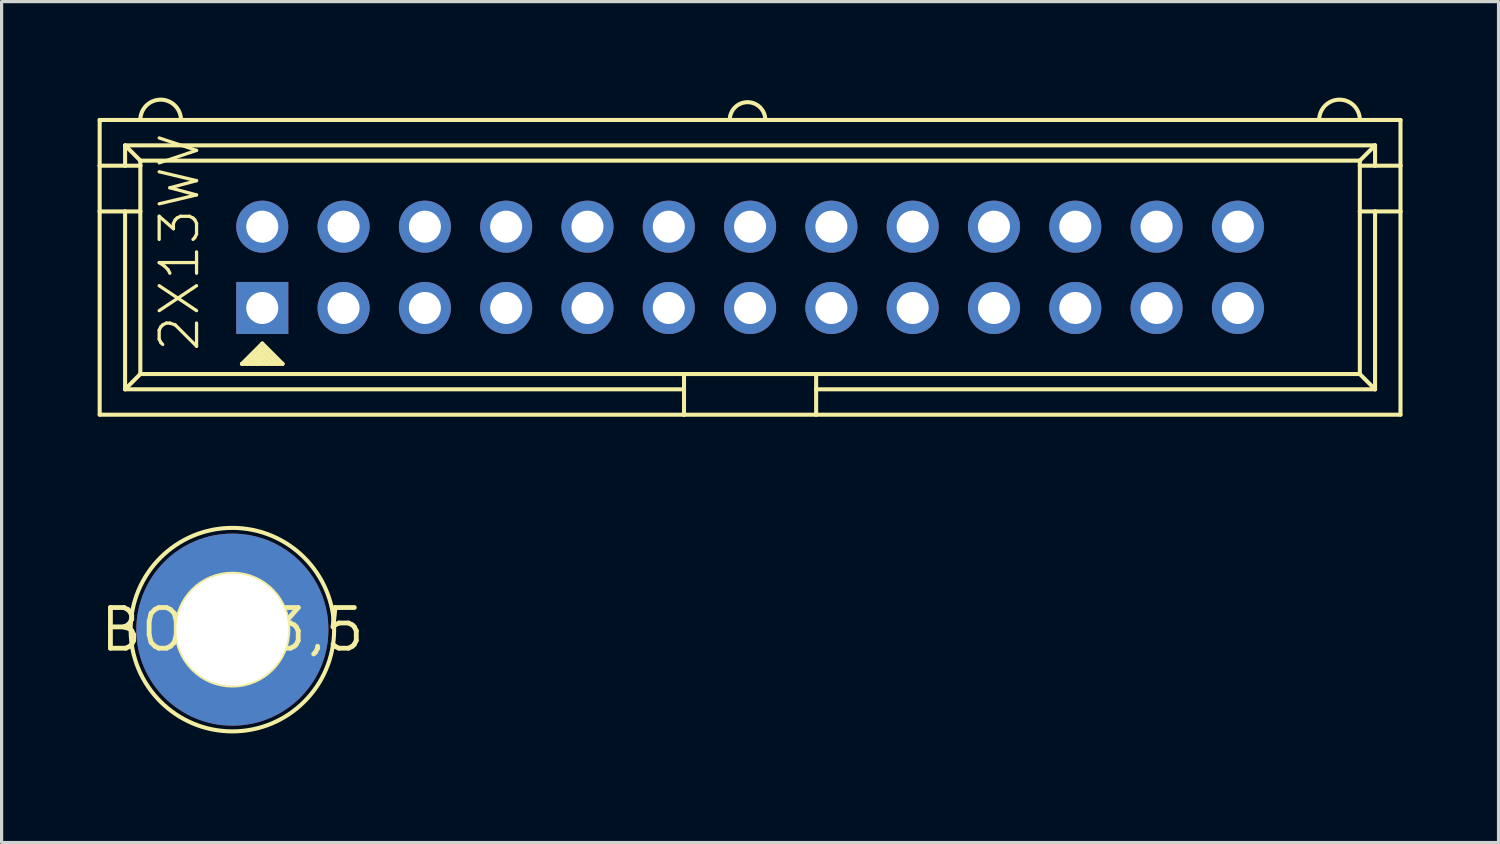
<source format=kicad_pcb>
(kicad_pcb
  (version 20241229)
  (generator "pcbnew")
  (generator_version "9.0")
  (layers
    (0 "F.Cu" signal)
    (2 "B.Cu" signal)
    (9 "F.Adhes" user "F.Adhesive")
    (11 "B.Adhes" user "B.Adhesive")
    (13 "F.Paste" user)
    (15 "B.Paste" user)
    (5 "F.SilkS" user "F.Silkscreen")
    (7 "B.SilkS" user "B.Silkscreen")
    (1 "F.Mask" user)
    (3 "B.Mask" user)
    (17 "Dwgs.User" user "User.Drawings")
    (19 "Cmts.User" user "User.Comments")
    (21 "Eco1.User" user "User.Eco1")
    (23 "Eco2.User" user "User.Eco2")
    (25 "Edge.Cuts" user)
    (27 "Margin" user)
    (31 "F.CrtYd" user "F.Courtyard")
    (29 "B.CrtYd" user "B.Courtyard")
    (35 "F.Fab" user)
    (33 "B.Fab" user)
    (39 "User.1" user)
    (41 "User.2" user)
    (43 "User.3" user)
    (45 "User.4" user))
  (footprint "2X13WV"
    (layer "F.Cu")
    (at 20.384 5.302)
    (property "Reference" "2X13WV" (at -17.145 2.699 90) (unlocked yes) (layer "F.SilkS") (effects (font (size 1.168 1.168) (thickness 0.102)) (justify left bottom)))
    (fp_line (start -20.32 -4.604) (end 20.32 -4.604) (stroke (width 0.127) (type solid)) (layer "F.SilkS"))
    (fp_line (start -20.32 -3.175) (end -20.32 -4.604) (stroke (width 0.127) (type solid)) (layer "F.SilkS"))
    (fp_line (start -20.32 -1.746) (end -20.32 -3.175) (stroke (width 0.127) (type solid)) (layer "F.SilkS"))
    (fp_line (start -20.32 4.604) (end -20.32 -1.746) (stroke (width 0.127) (type solid)) (layer "F.SilkS"))
    (fp_line (start -19.526 -3.81) (end -19.526 -3.175) (stroke (width 0.127) (type solid)) (layer "F.SilkS"))
    (fp_line (start -19.526 -3.81) (end -19.05 -3.334) (stroke (width 0.127) (type solid)) (layer "F.SilkS"))
    (fp_line (start -19.526 -3.81) (end 19.526 -3.81) (stroke (width 0.127) (type solid)) (layer "F.SilkS"))
    (fp_line (start -19.526 -3.175) (end -20.32 -3.175) (stroke (width 0.127) (type solid)) (layer "F.SilkS"))
    (fp_line (start -19.526 -1.746) (end -20.32 -1.746) (stroke (width 0.127) (type solid)) (layer "F.SilkS"))
    (fp_line (start -19.526 -1.746) (end -19.526 3.81) (stroke (width 0.127) (type solid)) (layer "F.SilkS"))
    (fp_line (start -19.526 3.81) (end -19.05 3.334) (stroke (width 0.127) (type solid)) (layer "F.SilkS"))
    (fp_line (start -19.05 -3.334) (end 19.05 -3.334) (stroke (width 0.127) (type solid)) (layer "F.SilkS"))
    (fp_line (start -19.05 -3.175) (end -19.526 -3.175) (stroke (width 0.127) (type solid)) (layer "F.SilkS"))
    (fp_line (start -19.05 -3.175) (end -19.05 -3.334) (stroke (width 0.127) (type solid)) (layer "F.SilkS"))
    (fp_line (start -19.05 -1.746) (end -19.526 -1.746) (stroke (width 0.127) (type solid)) (layer "F.SilkS"))
    (fp_line (start -19.05 -1.746) (end -19.05 -3.175) (stroke (width 0.127) (type solid)) (layer "F.SilkS"))
    (fp_line (start -19.05 3.334) (end -19.05 -1.746) (stroke (width 0.127) (type solid)) (layer "F.SilkS"))
    (fp_line (start -15.875 3.016) (end -15.716 3.016) (stroke (width 0.127) (type solid)) (layer "F.SilkS"))
    (fp_line (start -15.716 3.016) (end -15.557 3.016) (stroke (width 0.127) (type solid)) (layer "F.SilkS"))
    (fp_line (start -15.557 3.016) (end -15.399 3.016) (stroke (width 0.127) (type solid)) (layer "F.SilkS"))
    (fp_line (start -15.399 3.016) (end -15.081 3.016) (stroke (width 0.127) (type solid)) (layer "F.SilkS"))
    (fp_line (start -15.24 2.381) (end -15.875 3.016) (stroke (width 0.127) (type solid)) (layer "F.SilkS"))
    (fp_line (start -15.24 2.54) (end -15.716 3.016) (stroke (width 0.127) (type solid)) (layer "F.SilkS"))
    (fp_line (start -15.24 2.699) (end -15.557 3.016) (stroke (width 0.127) (type solid)) (layer "F.SilkS"))
    (fp_line (start -15.24 2.857) (end -15.399 3.016) (stroke (width 0.127) (type solid)) (layer "F.SilkS"))
    (fp_line (start -15.081 3.016) (end -15.24 2.857) (stroke (width 0.127) (type solid)) (layer "F.SilkS"))
    (fp_line (start -15.081 3.016) (end -14.922 3.016) (stroke (width 0.127) (type solid)) (layer "F.SilkS"))
    (fp_line (start -14.922 3.016) (end -15.24 2.699) (stroke (width 0.127) (type solid)) (layer "F.SilkS"))
    (fp_line (start -14.922 3.016) (end -14.764 3.016) (stroke (width 0.127) (type solid)) (layer "F.SilkS"))
    (fp_line (start -14.764 3.016) (end -15.24 2.54) (stroke (width 0.127) (type solid)) (layer "F.SilkS"))
    (fp_line (start -14.764 3.016) (end -14.605 3.016) (stroke (width 0.127) (type solid)) (layer "F.SilkS"))
    (fp_line (start -14.605 3.016) (end -15.24 2.381) (stroke (width 0.127) (type solid)) (layer "F.SilkS"))
    (fp_line (start -2.064 3.334) (end -19.05 3.334) (stroke (width 0.127) (type solid)) (layer "F.SilkS"))
    (fp_line (start -2.064 3.334) (end -2.064 3.81) (stroke (width 0.127) (type solid)) (layer "F.SilkS"))
    (fp_line (start -2.064 3.81) (end -19.526 3.81) (stroke (width 0.127) (type solid)) (layer "F.SilkS"))
    (fp_line (start -2.064 3.81) (end -2.064 4.604) (stroke (width 0.127) (type solid)) (layer "F.SilkS"))
    (fp_line (start -2.064 4.604) (end -20.32 4.604) (stroke (width 0.127) (type solid)) (layer "F.SilkS"))
    (fp_line (start 2.064 3.334) (end -2.064 3.334) (stroke (width 0.127) (type solid)) (layer "F.SilkS"))
    (fp_line (start 2.064 3.334) (end 2.064 3.81) (stroke (width 0.127) (type solid)) (layer "F.SilkS"))
    (fp_line (start 2.064 3.81) (end 2.064 4.604) (stroke (width 0.127) (type solid)) (layer "F.SilkS"))
    (fp_line (start 2.064 3.81) (end 19.526 3.81) (stroke (width 0.127) (type solid)) (layer "F.SilkS"))
    (fp_line (start 2.064 4.604) (end -2.064 4.604) (stroke (width 0.127) (type solid)) (layer "F.SilkS"))
    (fp_line (start 19.05 -3.334) (end 19.05 -3.175) (stroke (width 0.127) (type solid)) (layer "F.SilkS"))
    (fp_line (start 19.05 -3.334) (end 19.526 -3.81) (stroke (width 0.127) (type solid)) (layer "F.SilkS"))
    (fp_line (start 19.05 -3.175) (end 19.05 -1.746) (stroke (width 0.127) (type solid)) (layer "F.SilkS"))
    (fp_line (start 19.05 -3.175) (end 19.526 -3.175) (stroke (width 0.127) (type solid)) (layer "F.SilkS"))
    (fp_line (start 19.05 -1.746) (end 19.05 3.334) (stroke (width 0.127) (type solid)) (layer "F.SilkS"))
    (fp_line (start 19.05 -1.746) (end 19.526 -1.746) (stroke (width 0.127) (type solid)) (layer "F.SilkS"))
    (fp_line (start 19.05 3.334) (end 2.064 3.334) (stroke (width 0.127) (type solid)) (layer "F.SilkS"))
    (fp_line (start 19.05 3.334) (end 19.526 3.81) (stroke (width 0.127) (type solid)) (layer "F.SilkS"))
    (fp_line (start 19.526 -3.175) (end 19.526 -3.81) (stroke (width 0.127) (type solid)) (layer "F.SilkS"))
    (fp_line (start 19.526 -3.175) (end 20.32 -3.175) (stroke (width 0.127) (type solid)) (layer "F.SilkS"))
    (fp_line (start 19.526 -1.746) (end 19.526 3.81) (stroke (width 0.127) (type solid)) (layer "F.SilkS"))
    (fp_line (start 19.526 -1.746) (end 20.32 -1.746) (stroke (width 0.127) (type solid)) (layer "F.SilkS"))
    (fp_line (start 20.32 -4.604) (end 20.32 -3.175) (stroke (width 0.127) (type solid)) (layer "F.SilkS"))
    (fp_line (start 20.32 -3.175) (end 20.32 -1.746) (stroke (width 0.127) (type solid)) (layer "F.SilkS"))
    (fp_line (start 20.32 -1.746) (end 20.32 4.604) (stroke (width 0.127) (type solid)) (layer "F.SilkS"))
    (fp_line (start 20.32 4.604) (end 2.064 4.604) (stroke (width 0.127) (type solid)) (layer "F.SilkS"))
    (fp_arc (start -19.05 -4.6038) (mid -18.415 -5.2388) (end -17.78 -4.6038) (stroke (width 0.127) (type solid)) (layer "F.SilkS"))
    (fp_arc (start -0.635 -4.6038) (mid -0.07935 -5.15945) (end 0.4763 -4.6038) (stroke (width 0.127) (type solid)) (layer "F.SilkS"))
    (fp_arc (start 17.78 -4.6038) (mid 18.415 -5.2388) (end 19.05 -4.6038) (stroke (width 0.127) (type solid)) (layer "F.SilkS"))
    (fp_poly (pts (xy -15.494 -1.016) (xy -14.986 -1.016) (xy -14.986 -1.524) (xy -15.494 -1.524)) (stroke (width 0.1) (type default)) (fill no) (layer "F.Fab"))
    (fp_poly (pts (xy -15.494 1.524) (xy -14.986 1.524) (xy -14.986 1.016) (xy -15.494 1.016)) (stroke (width 0.1) (type default)) (fill no) (layer "F.Fab"))
    (fp_poly (pts (xy -12.954 -1.016) (xy -12.446 -1.016) (xy -12.446 -1.524) (xy -12.954 -1.524)) (stroke (width 0.1) (type default)) (fill no) (layer "F.Fab"))
    (fp_poly (pts (xy -12.954 1.524) (xy -12.446 1.524) (xy -12.446 1.016) (xy -12.954 1.016)) (stroke (width 0.1) (type default)) (fill no) (layer "F.Fab"))
    (fp_poly (pts (xy -10.414 -1.016) (xy -9.906 -1.016) (xy -9.906 -1.524) (xy -10.414 -1.524)) (stroke (width 0.1) (type default)) (fill no) (layer "F.Fab"))
    (fp_poly (pts (xy -10.414 1.524) (xy -9.906 1.524) (xy -9.906 1.016) (xy -10.414 1.016)) (stroke (width 0.1) (type default)) (fill no) (layer "F.Fab"))
    (fp_poly (pts (xy -7.874 -1.016) (xy -7.366 -1.016) (xy -7.366 -1.524) (xy -7.874 -1.524)) (stroke (width 0.1) (type default)) (fill no) (layer "F.Fab"))
    (fp_poly (pts (xy -7.874 1.524) (xy -7.366 1.524) (xy -7.366 1.016) (xy -7.874 1.016)) (stroke (width 0.1) (type default)) (fill no) (layer "F.Fab"))
    (fp_poly (pts (xy -5.334 -1.016) (xy -4.826 -1.016) (xy -4.826 -1.524) (xy -5.334 -1.524)) (stroke (width 0.1) (type default)) (fill no) (layer "F.Fab"))
    (fp_poly (pts (xy -5.334 1.524) (xy -4.826 1.524) (xy -4.826 1.016) (xy -5.334 1.016)) (stroke (width 0.1) (type default)) (fill no) (layer "F.Fab"))
    (fp_poly (pts (xy -2.794 -1.016) (xy -2.286 -1.016) (xy -2.286 -1.524) (xy -2.794 -1.524)) (stroke (width 0.1) (type default)) (fill no) (layer "F.Fab"))
    (fp_poly (pts (xy -2.794 1.524) (xy -2.286 1.524) (xy -2.286 1.016) (xy -2.794 1.016)) (stroke (width 0.1) (type default)) (fill no) (layer "F.Fab"))
    (fp_poly (pts (xy -0.254 -1.016) (xy 0.254 -1.016) (xy 0.254 -1.524) (xy -0.254 -1.524)) (stroke (width 0.1) (type default)) (fill no) (layer "F.Fab"))
    (fp_poly (pts (xy -0.254 1.524) (xy 0.254 1.524) (xy 0.254 1.016) (xy -0.254 1.016)) (stroke (width 0.1) (type default)) (fill no) (layer "F.Fab"))
    (fp_poly (pts (xy 2.286 -1.016) (xy 2.794 -1.016) (xy 2.794 -1.524) (xy 2.286 -1.524)) (stroke (width 0.1) (type default)) (fill no) (layer "F.Fab"))
    (fp_poly (pts (xy 2.286 1.524) (xy 2.794 1.524) (xy 2.794 1.016) (xy 2.286 1.016)) (stroke (width 0.1) (type default)) (fill no) (layer "F.Fab"))
    (fp_poly (pts (xy 4.826 -1.016) (xy 5.334 -1.016) (xy 5.334 -1.524) (xy 4.826 -1.524)) (stroke (width 0.1) (type default)) (fill no) (layer "F.Fab"))
    (fp_poly (pts (xy 4.826 1.524) (xy 5.334 1.524) (xy 5.334 1.016) (xy 4.826 1.016)) (stroke (width 0.1) (type default)) (fill no) (layer "F.Fab"))
    (fp_poly (pts (xy 7.366 -1.016) (xy 7.874 -1.016) (xy 7.874 -1.524) (xy 7.366 -1.524)) (stroke (width 0.1) (type default)) (fill no) (layer "F.Fab"))
    (fp_poly (pts (xy 7.366 1.524) (xy 7.874 1.524) (xy 7.874 1.016) (xy 7.366 1.016)) (stroke (width 0.1) (type default)) (fill no) (layer "F.Fab"))
    (fp_poly (pts (xy 9.906 -1.016) (xy 10.414 -1.016) (xy 10.414 -1.524) (xy 9.906 -1.524)) (stroke (width 0.1) (type default)) (fill no) (layer "F.Fab"))
    (fp_poly (pts (xy 9.906 1.524) (xy 10.414 1.524) (xy 10.414 1.016) (xy 9.906 1.016)) (stroke (width 0.1) (type default)) (fill no) (layer "F.Fab"))
    (fp_poly (pts (xy 12.446 -1.016) (xy 12.954 -1.016) (xy 12.954 -1.524) (xy 12.446 -1.524)) (stroke (width 0.1) (type default)) (fill no) (layer "F.Fab"))
    (fp_poly (pts (xy 12.446 1.524) (xy 12.954 1.524) (xy 12.954 1.016) (xy 12.446 1.016)) (stroke (width 0.1) (type default)) (fill no) (layer "F.Fab"))
    (fp_poly (pts (xy 14.986 -1.016) (xy 15.494 -1.016) (xy 15.494 -1.524) (xy 14.986 -1.524)) (stroke (width 0.1) (type default)) (fill no) (layer "F.Fab"))
    (fp_poly (pts (xy 14.986 1.524) (xy 15.494 1.524) (xy 15.494 1.016) (xy 14.986 1.016)) (stroke (width 0.1) (type default)) (fill no) (layer "F.Fab"))
    (pad "1" thru_hole rect (at -15.24 1.27) (size 1.626 1.626) (drill 1) (layers "*.Cu" "*.Mask"))
    (pad "2" thru_hole circle (at -15.24 -1.27) (size 1.626 1.626) (drill 1) (layers "*.Cu" "*.Mask"))
    (pad "3" thru_hole circle (at -12.7 1.27) (size 1.626 1.626) (drill 1) (layers "*.Cu" "*.Mask"))
    (pad "4" thru_hole circle (at -12.7 -1.27) (size 1.626 1.626) (drill 1) (layers "*.Cu" "*.Mask"))
    (pad "5" thru_hole circle (at -10.16 1.27) (size 1.626 1.626) (drill 1) (layers "*.Cu" "*.Mask"))
    (pad "6" thru_hole circle (at -10.16 -1.27) (size 1.626 1.626) (drill 1) (layers "*.Cu" "*.Mask"))
    (pad "7" thru_hole circle (at -7.62 1.27) (size 1.626 1.626) (drill 1) (layers "*.Cu" "*.Mask"))
    (pad "8" thru_hole circle (at -7.62 -1.27) (size 1.626 1.626) (drill 1) (layers "*.Cu" "*.Mask"))
    (pad "9" thru_hole circle (at -5.08 1.27) (size 1.626 1.626) (drill 1) (layers "*.Cu" "*.Mask"))
    (pad "10" thru_hole circle (at -5.08 -1.27) (size 1.626 1.626) (drill 1) (layers "*.Cu" "*.Mask"))
    (pad "11" thru_hole circle (at -2.54 1.27) (size 1.626 1.626) (drill 1) (layers "*.Cu" "*.Mask"))
    (pad "12" thru_hole circle (at -2.54 -1.27) (size 1.626 1.626) (drill 1) (layers "*.Cu" "*.Mask"))
    (pad "13" thru_hole circle (at 0 1.27) (size 1.626 1.626) (drill 1) (layers "*.Cu" "*.Mask"))
    (pad "14" thru_hole circle (at 0 -1.27) (size 1.626 1.626) (drill 1) (layers "*.Cu" "*.Mask"))
    (pad "15" thru_hole circle (at 2.54 1.27) (size 1.626 1.626) (drill 1) (layers "*.Cu" "*.Mask"))
    (pad "16" thru_hole circle (at 2.54 -1.27) (size 1.626 1.626) (drill 1) (layers "*.Cu" "*.Mask"))
    (pad "17" thru_hole circle (at 5.08 1.27) (size 1.626 1.626) (drill 1) (layers "*.Cu" "*.Mask"))
    (pad "18" thru_hole circle (at 5.08 -1.27) (size 1.626 1.626) (drill 1) (layers "*.Cu" "*.Mask"))
    (pad "19" thru_hole circle (at 7.62 1.27) (size 1.626 1.626) (drill 1) (layers "*.Cu" "*.Mask"))
    (pad "20" thru_hole circle (at 7.62 -1.27) (size 1.626 1.626) (drill 1) (layers "*.Cu" "*.Mask"))
    (pad "21" thru_hole circle (at 10.16 1.27) (size 1.626 1.626) (drill 1) (layers "*.Cu" "*.Mask"))
    (pad "22" thru_hole circle (at 10.16 -1.27) (size 1.626 1.626) (drill 1) (layers "*.Cu" "*.Mask"))
    (pad "23" thru_hole circle (at 12.7 1.27) (size 1.626 1.626) (drill 1) (layers "*.Cu" "*.Mask"))
    (pad "24" thru_hole circle (at 12.7 -1.27) (size 1.626 1.626) (drill 1) (layers "*.Cu" "*.Mask"))
    (pad "25" thru_hole circle (at 15.24 1.27) (size 1.626 1.626) (drill 1) (layers "*.Cu" "*.Mask"))
    (pad "26" thru_hole circle (at 15.24 -1.27) (size 1.626 1.626) (drill 1) (layers "*.Cu" "*.Mask")))
  (footprint "BOHR3,5"
    (layer "F.Cu")
    (at 4.21 16.621)
    (property "Reference" "BOHR3,5" (at 0 0 0) (layer "F.SilkS") (effects (font (size 1.27 1.27) (thickness 0.15))))
    (fp_circle (center 0 0) (end 1.746 0) (stroke (width 0.127) (type solid)) (fill no) (layer "F.SilkS"))
    (fp_circle (center 0 0) (end 3.179 0) (stroke (width 0.127) (type solid)) (fill no) (layer "F.SilkS"))
    (pad "P$1" thru_hole circle (at 0 0) (size 6 6) (drill 3.5) (layers "*.Cu" "*.Mask"))
    (zone (net_name "") (layer "F.Cu") (hatch edge 0.5) (connect_pads) (min_thickness 0.25) (filled_areas_thickness no) (keepout (tracks not_allowed) (vias not_allowed) (pads not_allowed) (copperpour not_allowed) (footprints allowed)) (placement (enabled no)) (fill) (polygon (pts (xy 7.862 16.621) (xy 7.842 16.239) (xy 7.782 15.862) (xy 7.683 15.493) (xy 7.546 15.136) (xy 7.372 14.795) (xy 7.164 14.475) (xy 6.924 14.178) (xy 6.654 13.907) (xy 6.357 13.667) (xy 6.036 13.459) (xy 5.695 13.285) (xy 5.339 13.148) (xy 4.97 13.049) (xy 4.592 12.99) (xy 4.21 12.97) (xy 3.829 12.99) (xy 3.451 13.049) (xy 3.082 13.148) (xy 2.725 13.285) (xy 2.385 13.459) (xy 2.064 13.667) (xy 1.767 13.907) (xy 1.497 14.178) (xy 1.256 14.475) (xy 1.048 14.795) (xy 0.875 15.136) (xy 0.738 15.493) (xy 0.639 15.862) (xy 0.579 16.239) (xy 0.559 16.621) (xy 0.579 17.003) (xy 0.639 17.38) (xy 0.738 17.749) (xy 0.875 18.106) (xy 1.048 18.447) (xy 1.256 18.767) (xy 1.497 19.064) (xy 1.767 19.334) (xy 2.064 19.575) (xy 2.385 19.783) (xy 2.725 19.957) (xy 3.082 20.093) (xy 3.451 20.192) (xy 3.829 20.252) (xy 4.21 20.272) (xy 4.592 20.252) (xy 4.97 20.192) (xy 5.339 20.093) (xy 5.695 19.957) (xy 6.036 19.783) (xy 6.357 19.575) (xy 6.654 19.334) (xy 6.924 19.064) (xy 7.164 18.767) (xy 7.372 18.447) (xy 7.546 18.106) (xy 7.683 17.749) (xy 7.782 17.38) (xy 7.842 17.003))))
    (zone (net_name "") (layer "B.Cu") (hatch edge 0.5) (connect_pads) (min_thickness 0.25) (filled_areas_thickness no) (keepout (tracks not_allowed) (vias not_allowed) (pads not_allowed) (copperpour not_allowed) (footprints allowed)) (placement (enabled no)) (fill) (polygon (pts (xy 7.862 16.621) (xy 7.842 16.239) (xy 7.782 15.862) (xy 7.683 15.493) (xy 7.546 15.136) (xy 7.372 14.795) (xy 7.164 14.475) (xy 6.924 14.178) (xy 6.654 13.907) (xy 6.357 13.667) (xy 6.036 13.459) (xy 5.695 13.285) (xy 5.339 13.148) (xy 4.97 13.049) (xy 4.592 12.99) (xy 4.21 12.97) (xy 3.829 12.99) (xy 3.451 13.049) (xy 3.082 13.148) (xy 2.725 13.285) (xy 2.385 13.459) (xy 2.064 13.667) (xy 1.767 13.907) (xy 1.497 14.178) (xy 1.256 14.475) (xy 1.048 14.795) (xy 0.875 15.136) (xy 0.738 15.493) (xy 0.639 15.862) (xy 0.579 16.239) (xy 0.559 16.621) (xy 0.579 17.003) (xy 0.639 17.38) (xy 0.738 17.749) (xy 0.875 18.106) (xy 1.048 18.447) (xy 1.256 18.767) (xy 1.497 19.064) (xy 1.767 19.334) (xy 2.064 19.575) (xy 2.385 19.783) (xy 2.725 19.957) (xy 3.082 20.093) (xy 3.451 20.192) (xy 3.829 20.252) (xy 4.21 20.272) (xy 4.592 20.252) (xy 4.97 20.192) (xy 5.339 20.093) (xy 5.695 19.957) (xy 6.036 19.783) (xy 6.357 19.575) (xy 6.654 19.334) (xy 6.924 19.064) (xy 7.164 18.767) (xy 7.372 18.447) (xy 7.546 18.106) (xy 7.683 17.749) (xy 7.782 17.38) (xy 7.842 17.003)))))
  (gr_rect
    (start -3 -3)
    (end 43.767 23.272)
    (stroke (width 0.1) (type default))
    (fill no)
    (layer "Edge.Cuts")))
</source>
